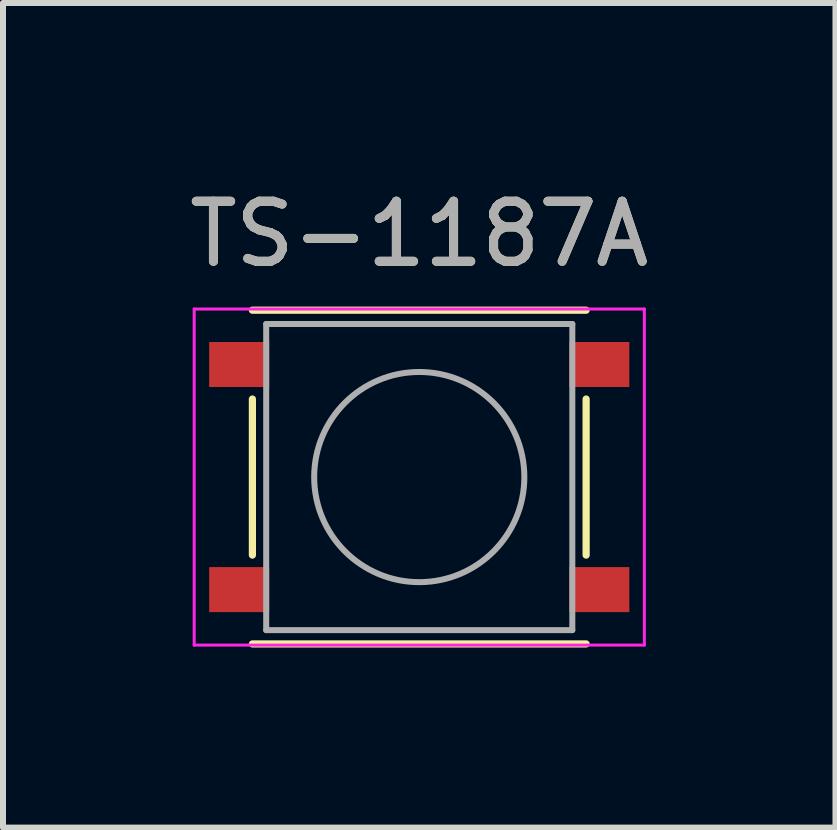
<source format=kicad_pcb>
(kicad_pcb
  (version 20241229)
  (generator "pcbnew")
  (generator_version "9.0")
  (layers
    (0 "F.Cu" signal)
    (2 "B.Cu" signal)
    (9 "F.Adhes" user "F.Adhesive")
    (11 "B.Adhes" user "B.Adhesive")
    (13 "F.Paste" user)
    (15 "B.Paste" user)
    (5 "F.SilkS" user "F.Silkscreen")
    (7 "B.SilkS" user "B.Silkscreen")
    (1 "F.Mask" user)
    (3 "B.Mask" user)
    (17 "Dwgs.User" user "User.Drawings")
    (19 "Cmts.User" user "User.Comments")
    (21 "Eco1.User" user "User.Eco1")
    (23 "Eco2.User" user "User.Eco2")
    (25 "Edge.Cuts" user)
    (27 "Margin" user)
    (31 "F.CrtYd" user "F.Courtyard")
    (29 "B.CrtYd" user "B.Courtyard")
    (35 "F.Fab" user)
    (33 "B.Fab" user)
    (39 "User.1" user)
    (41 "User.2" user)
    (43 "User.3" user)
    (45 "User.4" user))
  (footprint "TS-1187A"
    (layer "F.Cu")
    (at 3.935 4.898)
    (property "Reference" "TS-1187A" (at 0 -4.05 0) (layer "F.SilkS") (effects (font (size 1 1) (thickness 0.15))))
    (attr smd)
    (fp_line (start -2.78 -2.78) (end 2.78 -2.78) (stroke (width 0.12) (type solid)) (layer "F.SilkS"))
    (fp_line (start -2.78 -1.3) (end -2.78 1.3) (stroke (width 0.12) (type solid)) (layer "F.SilkS"))
    (fp_line (start -2.78 2.78) (end 2.78 2.78) (stroke (width 0.12) (type solid)) (layer "F.SilkS"))
    (fp_line (start 2.78 -1.3) (end 2.78 1.3) (stroke (width 0.12) (type solid)) (layer "F.SilkS"))
    (fp_line (start -3.75 -2.8) (end -3.75 2.8) (stroke (width 0.05) (type solid)) (layer "F.CrtYd"))
    (fp_line (start -3.75 -2.8) (end 3.75 -2.8) (stroke (width 0.05) (type solid)) (layer "F.CrtYd"))
    (fp_line (start -3.75 2.8) (end 3.75 2.8) (stroke (width 0.05) (type solid)) (layer "F.CrtYd"))
    (fp_line (start 3.75 2.8) (end 3.75 -2.8) (stroke (width 0.05) (type solid)) (layer "F.CrtYd"))
    (fp_line (start -2.55 -2.55) (end -2.55 2.55) (stroke (width 0.1) (type solid)) (layer "F.Fab"))
    (fp_line (start -2.55 2.55) (end 2.55 2.55) (stroke (width 0.1) (type solid)) (layer "F.Fab"))
    (fp_line (start 2.55 -2.55) (end -2.55 -2.55) (stroke (width 0.1) (type solid)) (layer "F.Fab"))
    (fp_line (start 2.55 2.55) (end 2.55 -2.55) (stroke (width 0.1) (type solid)) (layer "F.Fab"))
    (fp_circle (center 0 0) (end 1.75 -0.05) (stroke (width 0.1) (type solid)) (fill no) (layer "F.Fab"))
    (fp_text user "${REFERENCE}" (at 0 -4.05 0) (layer "F.Fab") (effects (font (size 1 1) (thickness 0.15))))
    (pad "1" smd rect (at -3 -1.875) (size 1 0.75) (layers "F.Cu" "F.Mask" "F.Paste"))
    (pad "1" smd rect (at 3 -1.875) (size 1 0.75) (layers "F.Cu" "F.Mask" "F.Paste"))
    (pad "2" smd rect (at -3 1.875) (size 1 0.75) (layers "F.Cu" "F.Mask" "F.Paste"))
    (pad "2" smd rect (at 3 1.875) (size 1 0.75) (layers "F.Cu" "F.Mask" "F.Paste")))
  (gr_rect
    (start -3 -3)
    (end 10.869 10.738)
    (stroke (width 0.1) (type default))
    (fill no)
    (layer "Edge.Cuts")))
</source>
